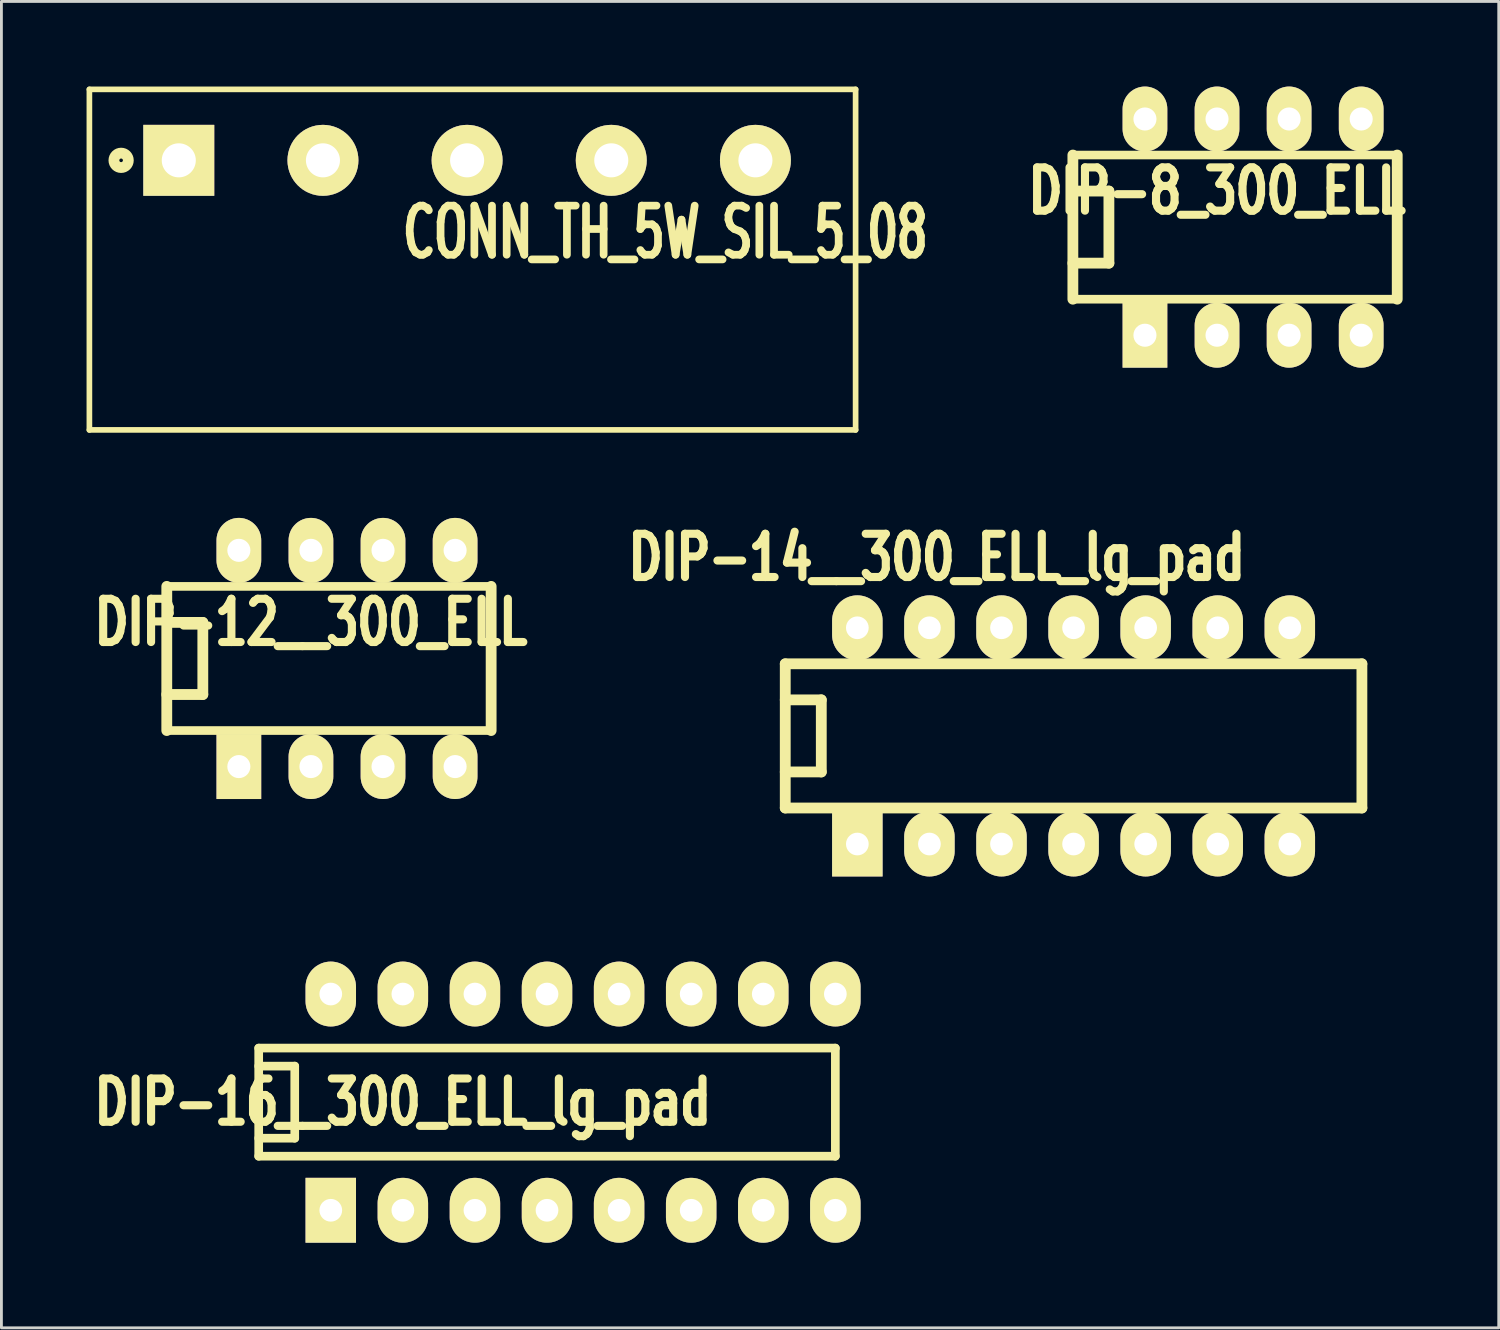
<source format=kicad_pcb>
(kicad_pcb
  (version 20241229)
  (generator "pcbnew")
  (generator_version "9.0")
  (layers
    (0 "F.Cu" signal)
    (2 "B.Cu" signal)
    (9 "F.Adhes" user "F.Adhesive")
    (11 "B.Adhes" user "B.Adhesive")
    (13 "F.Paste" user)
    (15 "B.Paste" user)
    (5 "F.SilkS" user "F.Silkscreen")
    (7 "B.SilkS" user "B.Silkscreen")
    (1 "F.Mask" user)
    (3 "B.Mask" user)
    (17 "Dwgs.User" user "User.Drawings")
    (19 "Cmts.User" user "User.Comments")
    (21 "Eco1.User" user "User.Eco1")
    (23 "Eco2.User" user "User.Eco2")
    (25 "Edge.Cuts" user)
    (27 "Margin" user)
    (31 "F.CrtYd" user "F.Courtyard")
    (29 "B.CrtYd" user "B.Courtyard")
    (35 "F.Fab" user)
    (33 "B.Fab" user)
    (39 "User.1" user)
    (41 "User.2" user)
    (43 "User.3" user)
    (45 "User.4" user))
  (footprint "DIP-14__300_ELL_lg_pad"
    (layer "F.Cu")
    (at 34.781 22.882)
    (property "Reference" "DIP-14__300_ELL_lg_pad" (at -4.821 -6.289 180) (layer "F.SilkS") (effects (font (size 1.524 1.143) (thickness 0.287))))
    (attr through_hole)
    (fp_line (start -10.16 -2.54) (end 10.16 -2.54) (stroke (width 0.381) (type solid)) (layer "F.SilkS"))
    (fp_line (start -10.16 -1.27) (end -8.89 -1.27) (stroke (width 0.381) (type solid)) (layer "F.SilkS"))
    (fp_line (start -10.16 2.54) (end -10.16 -2.54) (stroke (width 0.381) (type solid)) (layer "F.SilkS"))
    (fp_line (start -8.89 -1.27) (end -8.89 1.27) (stroke (width 0.381) (type solid)) (layer "F.SilkS"))
    (fp_line (start -8.89 1.27) (end -10.16 1.27) (stroke (width 0.381) (type solid)) (layer "F.SilkS"))
    (fp_line (start 10.16 -2.54) (end 10.16 2.54) (stroke (width 0.381) (type solid)) (layer "F.SilkS"))
    (fp_line (start 10.16 2.54) (end -10.16 2.54) (stroke (width 0.381) (type solid)) (layer "F.SilkS"))
    (pad "1" thru_hole rect (at -7.62 3.81) (size 1.778 2.286) (drill 0.8) (layers "*.Cu" "*.Mask" "F.SilkS"))
    (pad "2" thru_hole oval (at -5.08 3.81) (size 1.778 2.286) (drill 0.8) (layers "*.Cu" "*.Mask" "F.SilkS"))
    (pad "3" thru_hole oval (at -2.54 3.81) (size 1.778 2.286) (drill 0.8) (layers "*.Cu" "*.Mask" "F.SilkS"))
    (pad "4" thru_hole oval (at 0 3.81) (size 1.778 2.286) (drill 0.8) (layers "*.Cu" "*.Mask" "F.SilkS"))
    (pad "5" thru_hole oval (at 2.54 3.81) (size 1.778 2.286) (drill 0.8) (layers "*.Cu" "*.Mask" "F.SilkS"))
    (pad "6" thru_hole oval (at 5.08 3.81) (size 1.778 2.286) (drill 0.8) (layers "*.Cu" "*.Mask" "F.SilkS"))
    (pad "7" thru_hole oval (at 7.62 3.81) (size 1.778 2.286) (drill 0.8) (layers "*.Cu" "*.Mask" "F.SilkS"))
    (pad "8" thru_hole oval (at 7.62 -3.81) (size 1.778 2.286) (drill 0.8) (layers "*.Cu" "*.Mask" "F.SilkS"))
    (pad "9" thru_hole oval (at 5.08 -3.81) (size 1.778 2.286) (drill 0.8) (layers "*.Cu" "*.Mask" "F.SilkS"))
    (pad "10" thru_hole oval (at 2.54 -3.81) (size 1.778 2.286) (drill 0.8) (layers "*.Cu" "*.Mask" "F.SilkS"))
    (pad "11" thru_hole oval (at 0 -3.81) (size 1.778 2.286) (drill 0.8) (layers "*.Cu" "*.Mask" "F.SilkS"))
    (pad "12" thru_hole oval (at -2.54 -3.81) (size 1.778 2.286) (drill 0.8) (layers "*.Cu" "*.Mask" "F.SilkS"))
    (pad "13" thru_hole oval (at -5.08 -3.81) (size 1.778 2.286) (drill 0.8) (layers "*.Cu" "*.Mask" "F.SilkS"))
    (pad "14" thru_hole oval (at -7.62 -3.81) (size 1.778 2.286) (drill 0.8) (layers "*.Cu" "*.Mask" "F.SilkS")))
  (footprint "CONN_TH_5W_SIL_5_08"
    (layer "F.Cu")
    (at 3.25 2.6)
    (property "Reference" "CONN_TH_5W_SIL_5_08" (at 17.145 2.54 0) (layer "F.SilkS") (effects (font (size 1.73 1.087) (thickness 0.272))))
    (attr through_hole)
    (fp_line (start -3.15 -2.5) (end 23.85 -2.5) (stroke (width 0.2) (type solid)) (layer "F.SilkS"))
    (fp_line (start -3.15 9.5) (end -3.15 -2.5) (stroke (width 0.2) (type solid)) (layer "F.SilkS"))
    (fp_line (start 23.85 -2.5) (end 23.85 9.5) (stroke (width 0.2) (type solid)) (layer "F.SilkS"))
    (fp_line (start 23.85 9.5) (end -3.15 9.5) (stroke (width 0.2) (type solid)) (layer "F.SilkS"))
    (fp_circle (center -2.032 0) (end -1.778 0) (stroke (width 0.381) (type solid)) (fill no) (layer "F.SilkS"))
    (pad "1" thru_hole rect (at 0 0) (size 2.5 2.5) (drill 1.2) (layers "*.Cu" "*.Mask" "F.SilkS"))
    (pad "2" thru_hole circle (at 5.08 0) (size 2.5 2.5) (drill 1.2) (layers "*.Cu" "*.Mask" "F.SilkS"))
    (pad "3" thru_hole circle (at 10.16 0) (size 2.5 2.5) (drill 1.2) (layers "*.Cu" "*.Mask" "F.SilkS"))
    (pad "4" thru_hole circle (at 15.24 0) (size 2.5 2.5) (drill 1.2) (layers "*.Cu" "*.Mask" "F.SilkS"))
    (pad "5" thru_hole circle (at 20.32 0) (size 2.5 2.5) (drill 1.2) (layers "*.Cu" "*.Mask" "F.SilkS")))
  (footprint "DIP-8_300_ELL"
    (layer "F.Cu")
    (at 44.916 4.953)
    (property "Reference" "DIP-8_300_ELL" (at -5.08 -1.27 0) (layer "F.SilkS") (effects (font (size 1.524 1.143) (thickness 0.287))))
    (attr through_hole)
    (fp_line (start -10.16 -2.54) (end 1.27 -2.54) (stroke (width 0.305) (type solid)) (layer "F.SilkS"))
    (fp_line (start -10.16 -1.27) (end -8.89 -1.27) (stroke (width 0.381) (type solid)) (layer "F.SilkS"))
    (fp_line (start -10.16 2.54) (end -10.16 -2.54) (stroke (width 0.381) (type solid)) (layer "F.SilkS"))
    (fp_line (start -8.89 -1.27) (end -8.89 1.27) (stroke (width 0.381) (type solid)) (layer "F.SilkS"))
    (fp_line (start -8.89 1.27) (end -10.16 1.27) (stroke (width 0.381) (type solid)) (layer "F.SilkS"))
    (fp_line (start 1.27 -2.54) (end 1.27 2.54) (stroke (width 0.381) (type solid)) (layer "F.SilkS"))
    (fp_line (start 1.27 2.54) (end -10.16 2.54) (stroke (width 0.305) (type solid)) (layer "F.SilkS"))
    (pad "1" thru_hole rect (at -7.62 3.81) (size 1.575 2.286) (drill 0.813) (layers "*.Cu" "*.Mask" "F.SilkS"))
    (pad "2" thru_hole oval (at -5.08 3.81) (size 1.575 2.286) (drill 0.813) (layers "*.Cu" "*.Mask" "F.SilkS"))
    (pad "3" thru_hole oval (at -2.54 3.81) (size 1.575 2.286) (drill 0.813) (layers "*.Cu" "*.Mask" "F.SilkS"))
    (pad "4" thru_hole oval (at 0 3.81) (size 1.575 2.286) (drill 0.813) (layers "*.Cu" "*.Mask" "F.SilkS"))
    (pad "5" thru_hole oval (at 0 -3.81) (size 1.575 2.286) (drill 0.813) (layers "*.Cu" "*.Mask" "F.SilkS"))
    (pad "6" thru_hole oval (at -2.54 -3.81) (size 1.575 2.286) (drill 0.813) (layers "*.Cu" "*.Mask" "F.SilkS"))
    (pad "7" thru_hole oval (at -5.08 -3.81) (size 1.575 2.286) (drill 0.813) (layers "*.Cu" "*.Mask" "F.SilkS"))
    (pad "8" thru_hole oval (at -7.62 -3.81) (size 1.575 2.286) (drill 0.813) (layers "*.Cu" "*.Mask" "F.SilkS")))
  (footprint "DIP-16__300_ELL_lg_pad"
    (layer "F.Cu")
    (at 16.226 35.788)
    (property "Reference" "DIP-16__300_ELL_lg_pad" (at -5.08 0 0) (layer "F.SilkS") (effects (font (size 1.524 1.143) (thickness 0.287))))
    (attr through_hole)
    (fp_line (start -10.16 -1.905) (end -10.16 1.905) (stroke (width 0.305) (type solid)) (layer "F.SilkS"))
    (fp_line (start -10.16 -1.905) (end 10.16 -1.905) (stroke (width 0.305) (type solid)) (layer "F.SilkS"))
    (fp_line (start -10.16 -1.27) (end -8.89 -1.27) (stroke (width 0.305) (type solid)) (layer "F.SilkS"))
    (fp_line (start -8.89 -1.27) (end -8.89 1.27) (stroke (width 0.305) (type solid)) (layer "F.SilkS"))
    (fp_line (start -8.89 1.27) (end -10.16 1.27) (stroke (width 0.305) (type solid)) (layer "F.SilkS"))
    (fp_line (start 10.16 -1.905) (end 10.16 1.905) (stroke (width 0.305) (type solid)) (layer "F.SilkS"))
    (fp_line (start 10.16 1.905) (end -10.16 1.905) (stroke (width 0.305) (type solid)) (layer "F.SilkS"))
    (pad "1" thru_hole rect (at -7.62 3.81) (size 1.778 2.286) (drill 0.8) (layers "*.Cu" "*.Mask" "F.SilkS"))
    (pad "2" thru_hole oval (at -5.08 3.81) (size 1.778 2.286) (drill 0.8) (layers "*.Cu" "*.Mask" "F.SilkS"))
    (pad "3" thru_hole oval (at -2.54 3.81) (size 1.778 2.286) (drill 0.8) (layers "*.Cu" "*.Mask" "F.SilkS"))
    (pad "4" thru_hole oval (at 0 3.81) (size 1.778 2.286) (drill 0.8) (layers "*.Cu" "*.Mask" "F.SilkS"))
    (pad "5" thru_hole oval (at 2.54 3.81) (size 1.778 2.286) (drill 0.8) (layers "*.Cu" "*.Mask" "F.SilkS"))
    (pad "6" thru_hole oval (at 5.08 3.81) (size 1.778 2.286) (drill 0.8) (layers "*.Cu" "*.Mask" "F.SilkS"))
    (pad "7" thru_hole oval (at 7.62 3.81) (size 1.778 2.286) (drill 0.8) (layers "*.Cu" "*.Mask" "F.SilkS"))
    (pad "8" thru_hole oval (at 10.16 3.81) (size 1.778 2.286) (drill 0.8) (layers "*.Cu" "*.Mask" "F.SilkS"))
    (pad "9" thru_hole oval (at 10.16 -3.81) (size 1.778 2.286) (drill 0.8) (layers "*.Cu" "*.Mask" "F.SilkS"))
    (pad "10" thru_hole oval (at 7.62 -3.81) (size 1.778 2.286) (drill 0.8) (layers "*.Cu" "*.Mask" "F.SilkS"))
    (pad "11" thru_hole oval (at 5.08 -3.81) (size 1.778 2.286) (drill 0.8) (layers "*.Cu" "*.Mask" "F.SilkS"))
    (pad "12" thru_hole oval (at 2.54 -3.81) (size 1.778 2.286) (drill 0.8) (layers "*.Cu" "*.Mask" "F.SilkS"))
    (pad "13" thru_hole oval (at 0 -3.81) (size 1.778 2.286) (drill 0.8) (layers "*.Cu" "*.Mask" "F.SilkS"))
    (pad "14" thru_hole oval (at -2.54 -3.81) (size 1.778 2.286) (drill 0.8) (layers "*.Cu" "*.Mask" "F.SilkS"))
    (pad "15" thru_hole oval (at -5.08 -3.81) (size 1.778 2.286) (drill 0.8) (layers "*.Cu" "*.Mask" "F.SilkS"))
    (pad "16" thru_hole oval (at -7.62 -3.81) (size 1.778 2.286) (drill 0.8) (layers "*.Cu" "*.Mask" "F.SilkS")))
  (footprint "DIP-12__300_ELL"
    (layer "F.Cu")
    (at 12.987 20.153)
    (property "Reference" "DIP-12__300_ELL" (at -5.08 -1.27 0) (layer "F.SilkS") (effects (font (size 1.524 1.143) (thickness 0.287))))
    (attr through_hole)
    (fp_line (start -10.16 -2.54) (end 1.27 -2.54) (stroke (width 0.305) (type solid)) (layer "F.SilkS"))
    (fp_line (start -10.16 -1.27) (end -8.89 -1.27) (stroke (width 0.381) (type solid)) (layer "F.SilkS"))
    (fp_line (start -10.16 2.54) (end -10.16 -2.54) (stroke (width 0.381) (type solid)) (layer "F.SilkS"))
    (fp_line (start -8.89 -1.27) (end -8.89 1.27) (stroke (width 0.381) (type solid)) (layer "F.SilkS"))
    (fp_line (start -8.89 1.27) (end -10.16 1.27) (stroke (width 0.381) (type solid)) (layer "F.SilkS"))
    (fp_line (start 1.27 -2.54) (end 1.27 2.54) (stroke (width 0.381) (type solid)) (layer "F.SilkS"))
    (fp_line (start 1.27 2.54) (end -10.16 2.54) (stroke (width 0.305) (type solid)) (layer "F.SilkS"))
    (pad "1" thru_hole rect (at -7.62 3.81) (size 1.575 2.286) (drill 0.813) (layers "*.Cu" "*.Mask" "F.SilkS"))
    (pad "2" thru_hole oval (at -5.08 3.81) (size 1.575 2.286) (drill 0.813) (layers "*.Cu" "*.Mask" "F.SilkS"))
    (pad "3" thru_hole oval (at -2.54 3.81) (size 1.575 2.286) (drill 0.813) (layers "*.Cu" "*.Mask" "F.SilkS"))
    (pad "4" thru_hole oval (at 0 3.81) (size 1.575 2.286) (drill 0.813) (layers "*.Cu" "*.Mask" "F.SilkS"))
    (pad "5" thru_hole oval (at 0 -3.81) (size 1.575 2.286) (drill 0.813) (layers "*.Cu" "*.Mask" "F.SilkS"))
    (pad "6" thru_hole oval (at -2.54 -3.81) (size 1.575 2.286) (drill 0.813) (layers "*.Cu" "*.Mask" "F.SilkS"))
    (pad "7" thru_hole oval (at -5.08 -3.81) (size 1.575 2.286) (drill 0.813) (layers "*.Cu" "*.Mask" "F.SilkS"))
    (pad "8" thru_hole oval (at -7.62 -3.81) (size 1.575 2.286) (drill 0.813) (layers "*.Cu" "*.Mask" "F.SilkS")))
  (gr_rect
    (start -3 -3)
    (end 49.763 43.741)
    (stroke (width 0.1) (type default))
    (fill no)
    (layer "Edge.Cuts")))
</source>
